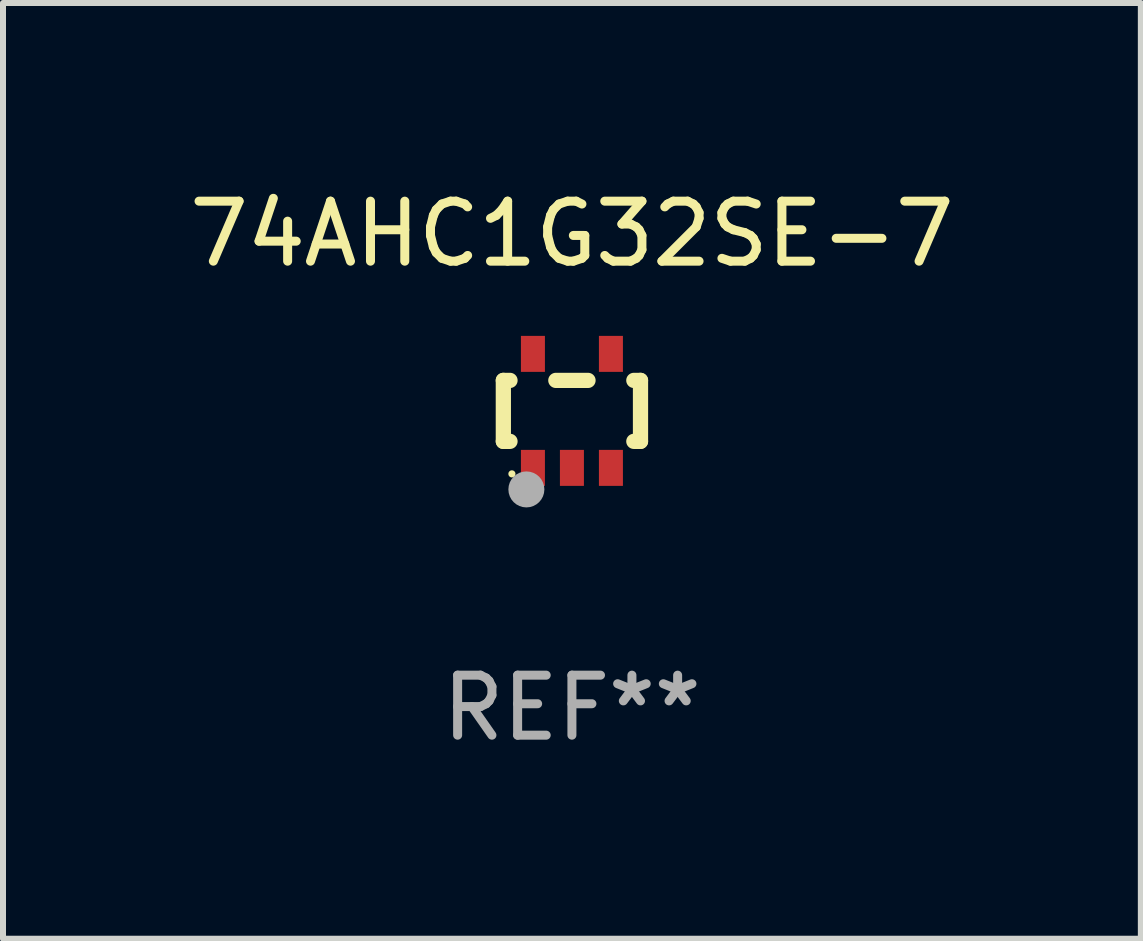
<source format=kicad_pcb>
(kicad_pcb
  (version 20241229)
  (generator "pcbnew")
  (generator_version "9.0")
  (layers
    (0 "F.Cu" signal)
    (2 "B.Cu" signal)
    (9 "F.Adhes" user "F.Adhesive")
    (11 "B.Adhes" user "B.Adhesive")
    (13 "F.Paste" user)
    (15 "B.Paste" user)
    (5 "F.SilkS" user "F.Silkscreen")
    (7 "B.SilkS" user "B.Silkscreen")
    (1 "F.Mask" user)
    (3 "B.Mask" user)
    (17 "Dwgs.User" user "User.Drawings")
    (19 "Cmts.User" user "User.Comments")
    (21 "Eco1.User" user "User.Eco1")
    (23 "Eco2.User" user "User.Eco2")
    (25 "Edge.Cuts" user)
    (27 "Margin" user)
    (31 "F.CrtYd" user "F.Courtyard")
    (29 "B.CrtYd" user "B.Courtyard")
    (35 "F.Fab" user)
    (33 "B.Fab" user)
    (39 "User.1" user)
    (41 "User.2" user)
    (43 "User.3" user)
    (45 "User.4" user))
  (footprint "74AHC1G32SE-7"
    (layer "F.Cu")
    (at 6.482 3.798)
    (property "Reference" "74AHC1G32SE-7" (at 0 -2.95 0) (layer "F.SilkS") (effects (font (size 1 1) (thickness 0.15))))
    (attr through_hole)
    (fp_line (start -1.143 -0.508) (end -1.032 -0.508) (stroke (width 0.254) (type solid)) (layer "F.SilkS"))
    (fp_line (start -1.143 0.508) (end -1.143 -0.508) (stroke (width 0.254) (type solid)) (layer "F.SilkS"))
    (fp_line (start -1.032 0.508) (end -1.143 0.508) (stroke (width 0.254) (type solid)) (layer "F.SilkS"))
    (fp_line (start -0.268 -0.508) (end 0.268 -0.508) (stroke (width 0.254) (type solid)) (layer "F.SilkS"))
    (fp_line (start 1.032 -0.508) (end 1.143 -0.508) (stroke (width 0.254) (type solid)) (layer "F.SilkS"))
    (fp_line (start 1.143 -0.508) (end 1.143 0.508) (stroke (width 0.254) (type solid)) (layer "F.SilkS"))
    (fp_line (start 1.143 0.508) (end 1.032 0.508) (stroke (width 0.254) (type solid)) (layer "F.SilkS"))
    (fp_circle (center -1 1.05) (end -0.97 1.05) (stroke (width 0.06) (type solid)) (fill no) (layer "F.SilkS"))
    (fp_circle (center -0.759 1.309) (end -0.609 1.309) (stroke (width 0.3) (type solid)) (fill no) (layer "F.Fab"))
    (fp_text user "REF**" (at 0 4.95 0) (layer "F.Fab") (effects (font (size 1 1) (thickness 0.15))))
    (pad "1" smd rect (at -0.65 0.95 180) (size 0.4 0.6) (layers "F.Cu" "F.Mask" "F.Paste"))
    (pad "2" smd rect (at 0 0.95 180) (size 0.4 0.6) (layers "F.Cu" "F.Mask" "F.Paste"))
    (pad "3" smd rect (at 0.65 0.95 180) (size 0.4 0.6) (layers "F.Cu" "F.Mask" "F.Paste"))
    (pad "4" smd rect (at 0.65 -0.95 180) (size 0.4 0.6) (layers "F.Cu" "F.Mask" "F.Paste"))
    (pad "5" smd rect (at -0.65 -0.95 180) (size 0.4 0.6) (layers "F.Cu" "F.Mask" "F.Paste")))
  (gr_rect
    (start -3 -3)
    (end 15.964 12.596)
    (stroke (width 0.1) (type default))
    (fill no)
    (layer "Edge.Cuts")))
</source>
